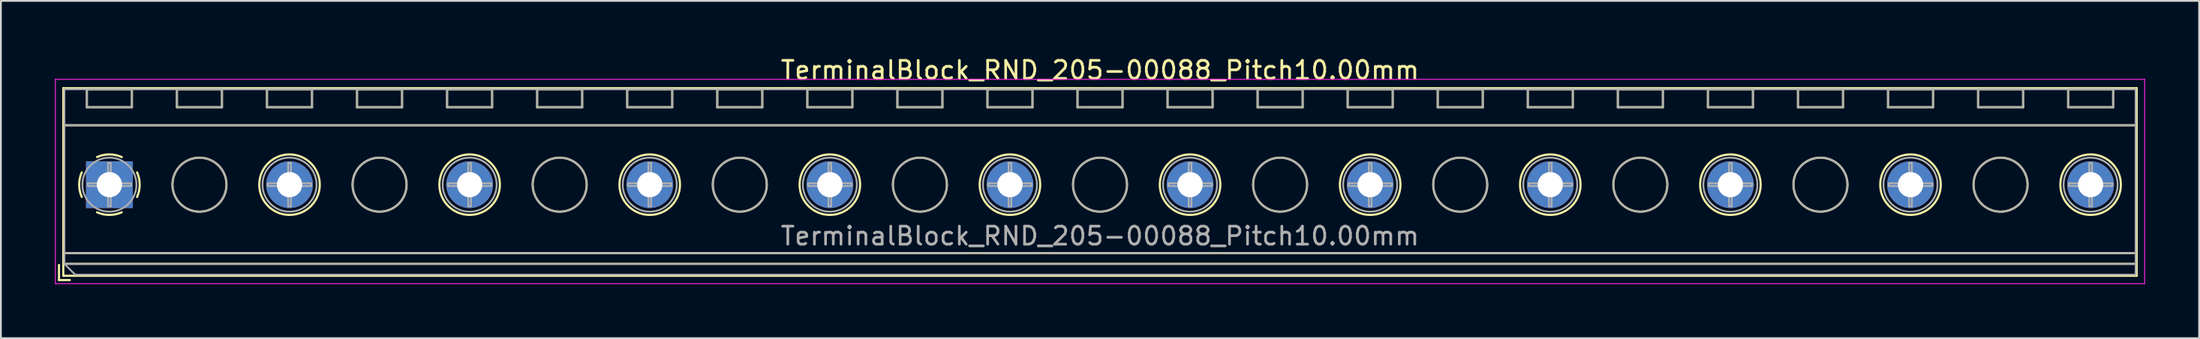
<source format=kicad_pcb>
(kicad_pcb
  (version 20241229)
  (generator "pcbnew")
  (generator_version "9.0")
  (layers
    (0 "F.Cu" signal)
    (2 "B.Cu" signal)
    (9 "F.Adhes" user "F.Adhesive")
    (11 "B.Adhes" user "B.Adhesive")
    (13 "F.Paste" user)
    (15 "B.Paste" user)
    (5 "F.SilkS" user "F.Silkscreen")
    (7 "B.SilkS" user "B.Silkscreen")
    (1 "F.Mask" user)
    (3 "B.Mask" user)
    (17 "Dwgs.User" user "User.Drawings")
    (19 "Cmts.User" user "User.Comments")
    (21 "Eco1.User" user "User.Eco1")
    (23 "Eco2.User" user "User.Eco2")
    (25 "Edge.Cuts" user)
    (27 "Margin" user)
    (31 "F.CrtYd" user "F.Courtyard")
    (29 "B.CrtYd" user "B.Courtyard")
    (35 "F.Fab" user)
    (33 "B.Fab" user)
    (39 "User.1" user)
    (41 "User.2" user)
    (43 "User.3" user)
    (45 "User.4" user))
  (footprint "TerminalBlock_RND_205-00088_Pitch10.00mm"
    (layer "F.Cu")
    (at 3.025 7.208)
    (property "Reference" "TerminalBlock_RND_205-00088_Pitch10.00mm" (at 55 -6.36 0) (layer "F.SilkS") (effects (font (size 1 1) (thickness 0.15))))
    (attr through_hole)
    (fp_line (start -2.8 4.46) (end -2.8 5.3) (stroke (width 0.12) (type solid)) (layer "F.SilkS"))
    (fp_line (start -2.8 5.3) (end -2.2 5.3) (stroke (width 0.12) (type solid)) (layer "F.SilkS"))
    (fp_line (start -2.56 -5.36) (end -2.56 5.06) (stroke (width 0.12) (type solid)) (layer "F.SilkS"))
    (fp_line (start -2.56 -3.3) (end 112.56 -3.3) (stroke (width 0.12) (type solid)) (layer "F.SilkS"))
    (fp_line (start -2.56 3.8) (end 112.56 3.8) (stroke (width 0.12) (type solid)) (layer "F.SilkS"))
    (fp_line (start -2.56 4.4) (end 112.56 4.4) (stroke (width 0.12) (type solid)) (layer "F.SilkS"))
    (fp_line (start -2.56 5.06) (end 112.56 5.06) (stroke (width 0.12) (type solid)) (layer "F.SilkS"))
    (fp_line (start -1.25 -5.301) (end -1.25 -4.301) (stroke (width 0.12) (type solid)) (layer "F.SilkS"))
    (fp_line (start -1.25 -5.301) (end 1.25 -5.301) (stroke (width 0.12) (type solid)) (layer "F.SilkS"))
    (fp_line (start -1.25 -4.301) (end 1.25 -4.301) (stroke (width 0.12) (type solid)) (layer "F.SilkS"))
    (fp_line (start 1.25 -5.301) (end 1.25 -4.301) (stroke (width 0.12) (type solid)) (layer "F.SilkS"))
    (fp_line (start 3.75 -5.301) (end 3.75 -4.301) (stroke (width 0.12) (type solid)) (layer "F.SilkS"))
    (fp_line (start 3.75 -5.301) (end 6.25 -5.301) (stroke (width 0.12) (type solid)) (layer "F.SilkS"))
    (fp_line (start 3.75 -4.301) (end 6.25 -4.301) (stroke (width 0.12) (type solid)) (layer "F.SilkS"))
    (fp_line (start 6.25 -5.301) (end 6.25 -4.301) (stroke (width 0.12) (type solid)) (layer "F.SilkS"))
    (fp_line (start 8.75 -5.301) (end 8.75 -4.301) (stroke (width 0.12) (type solid)) (layer "F.SilkS"))
    (fp_line (start 8.75 -5.301) (end 11.25 -5.301) (stroke (width 0.12) (type solid)) (layer "F.SilkS"))
    (fp_line (start 8.75 -4.301) (end 11.25 -4.301) (stroke (width 0.12) (type solid)) (layer "F.SilkS"))
    (fp_line (start 11.25 -5.301) (end 11.25 -4.301) (stroke (width 0.12) (type solid)) (layer "F.SilkS"))
    (fp_line (start 13.75 -5.301) (end 13.75 -4.301) (stroke (width 0.12) (type solid)) (layer "F.SilkS"))
    (fp_line (start 13.75 -5.301) (end 16.25 -5.301) (stroke (width 0.12) (type solid)) (layer "F.SilkS"))
    (fp_line (start 13.75 -4.301) (end 16.25 -4.301) (stroke (width 0.12) (type solid)) (layer "F.SilkS"))
    (fp_line (start 16.25 -5.301) (end 16.25 -4.301) (stroke (width 0.12) (type solid)) (layer "F.SilkS"))
    (fp_line (start 18.75 -5.301) (end 18.75 -4.301) (stroke (width 0.12) (type solid)) (layer "F.SilkS"))
    (fp_line (start 18.75 -5.301) (end 21.25 -5.301) (stroke (width 0.12) (type solid)) (layer "F.SilkS"))
    (fp_line (start 18.75 -4.301) (end 21.25 -4.301) (stroke (width 0.12) (type solid)) (layer "F.SilkS"))
    (fp_line (start 21.25 -5.301) (end 21.25 -4.301) (stroke (width 0.12) (type solid)) (layer "F.SilkS"))
    (fp_line (start 23.75 -5.301) (end 23.75 -4.301) (stroke (width 0.12) (type solid)) (layer "F.SilkS"))
    (fp_line (start 23.75 -5.301) (end 26.25 -5.301) (stroke (width 0.12) (type solid)) (layer "F.SilkS"))
    (fp_line (start 23.75 -4.301) (end 26.25 -4.301) (stroke (width 0.12) (type solid)) (layer "F.SilkS"))
    (fp_line (start 26.25 -5.301) (end 26.25 -4.301) (stroke (width 0.12) (type solid)) (layer "F.SilkS"))
    (fp_line (start 28.75 -5.301) (end 28.75 -4.301) (stroke (width 0.12) (type solid)) (layer "F.SilkS"))
    (fp_line (start 28.75 -5.301) (end 31.25 -5.301) (stroke (width 0.12) (type solid)) (layer "F.SilkS"))
    (fp_line (start 28.75 -4.301) (end 31.25 -4.301) (stroke (width 0.12) (type solid)) (layer "F.SilkS"))
    (fp_line (start 31.25 -5.301) (end 31.25 -4.301) (stroke (width 0.12) (type solid)) (layer "F.SilkS"))
    (fp_line (start 33.75 -5.301) (end 33.75 -4.301) (stroke (width 0.12) (type solid)) (layer "F.SilkS"))
    (fp_line (start 33.75 -5.301) (end 36.25 -5.301) (stroke (width 0.12) (type solid)) (layer "F.SilkS"))
    (fp_line (start 33.75 -4.301) (end 36.25 -4.301) (stroke (width 0.12) (type solid)) (layer "F.SilkS"))
    (fp_line (start 36.25 -5.301) (end 36.25 -4.301) (stroke (width 0.12) (type solid)) (layer "F.SilkS"))
    (fp_line (start 38.75 -5.301) (end 38.75 -4.301) (stroke (width 0.12) (type solid)) (layer "F.SilkS"))
    (fp_line (start 38.75 -5.301) (end 41.25 -5.301) (stroke (width 0.12) (type solid)) (layer "F.SilkS"))
    (fp_line (start 38.75 -4.301) (end 41.25 -4.301) (stroke (width 0.12) (type solid)) (layer "F.SilkS"))
    (fp_line (start 41.25 -5.301) (end 41.25 -4.301) (stroke (width 0.12) (type solid)) (layer "F.SilkS"))
    (fp_line (start 43.75 -5.301) (end 43.75 -4.301) (stroke (width 0.12) (type solid)) (layer "F.SilkS"))
    (fp_line (start 43.75 -5.301) (end 46.25 -5.301) (stroke (width 0.12) (type solid)) (layer "F.SilkS"))
    (fp_line (start 43.75 -4.301) (end 46.25 -4.301) (stroke (width 0.12) (type solid)) (layer "F.SilkS"))
    (fp_line (start 46.25 -5.301) (end 46.25 -4.301) (stroke (width 0.12) (type solid)) (layer "F.SilkS"))
    (fp_line (start 48.75 -5.301) (end 48.75 -4.301) (stroke (width 0.12) (type solid)) (layer "F.SilkS"))
    (fp_line (start 48.75 -5.301) (end 51.25 -5.301) (stroke (width 0.12) (type solid)) (layer "F.SilkS"))
    (fp_line (start 48.75 -4.301) (end 51.25 -4.301) (stroke (width 0.12) (type solid)) (layer "F.SilkS"))
    (fp_line (start 51.25 -5.301) (end 51.25 -4.301) (stroke (width 0.12) (type solid)) (layer "F.SilkS"))
    (fp_line (start 53.75 -5.301) (end 53.75 -4.301) (stroke (width 0.12) (type solid)) (layer "F.SilkS"))
    (fp_line (start 53.75 -5.301) (end 56.25 -5.301) (stroke (width 0.12) (type solid)) (layer "F.SilkS"))
    (fp_line (start 53.75 -4.301) (end 56.25 -4.301) (stroke (width 0.12) (type solid)) (layer "F.SilkS"))
    (fp_line (start 56.25 -5.301) (end 56.25 -4.301) (stroke (width 0.12) (type solid)) (layer "F.SilkS"))
    (fp_line (start 58.75 -5.301) (end 58.75 -4.301) (stroke (width 0.12) (type solid)) (layer "F.SilkS"))
    (fp_line (start 58.75 -5.301) (end 61.25 -5.301) (stroke (width 0.12) (type solid)) (layer "F.SilkS"))
    (fp_line (start 58.75 -4.301) (end 61.25 -4.301) (stroke (width 0.12) (type solid)) (layer "F.SilkS"))
    (fp_line (start 61.25 -5.301) (end 61.25 -4.301) (stroke (width 0.12) (type solid)) (layer "F.SilkS"))
    (fp_line (start 63.75 -5.301) (end 63.75 -4.301) (stroke (width 0.12) (type solid)) (layer "F.SilkS"))
    (fp_line (start 63.75 -5.301) (end 66.25 -5.301) (stroke (width 0.12) (type solid)) (layer "F.SilkS"))
    (fp_line (start 63.75 -4.301) (end 66.25 -4.301) (stroke (width 0.12) (type solid)) (layer "F.SilkS"))
    (fp_line (start 66.25 -5.301) (end 66.25 -4.301) (stroke (width 0.12) (type solid)) (layer "F.SilkS"))
    (fp_line (start 68.75 -5.301) (end 68.75 -4.301) (stroke (width 0.12) (type solid)) (layer "F.SilkS"))
    (fp_line (start 68.75 -5.301) (end 71.25 -5.301) (stroke (width 0.12) (type solid)) (layer "F.SilkS"))
    (fp_line (start 68.75 -4.301) (end 71.25 -4.301) (stroke (width 0.12) (type solid)) (layer "F.SilkS"))
    (fp_line (start 71.25 -5.301) (end 71.25 -4.301) (stroke (width 0.12) (type solid)) (layer "F.SilkS"))
    (fp_line (start 73.75 -5.301) (end 73.75 -4.301) (stroke (width 0.12) (type solid)) (layer "F.SilkS"))
    (fp_line (start 73.75 -5.301) (end 76.25 -5.301) (stroke (width 0.12) (type solid)) (layer "F.SilkS"))
    (fp_line (start 73.75 -4.301) (end 76.25 -4.301) (stroke (width 0.12) (type solid)) (layer "F.SilkS"))
    (fp_line (start 76.25 -5.301) (end 76.25 -4.301) (stroke (width 0.12) (type solid)) (layer "F.SilkS"))
    (fp_line (start 78.75 -5.301) (end 78.75 -4.301) (stroke (width 0.12) (type solid)) (layer "F.SilkS"))
    (fp_line (start 78.75 -5.301) (end 81.25 -5.301) (stroke (width 0.12) (type solid)) (layer "F.SilkS"))
    (fp_line (start 78.75 -4.301) (end 81.25 -4.301) (stroke (width 0.12) (type solid)) (layer "F.SilkS"))
    (fp_line (start 81.25 -5.301) (end 81.25 -4.301) (stroke (width 0.12) (type solid)) (layer "F.SilkS"))
    (fp_line (start 83.75 -5.301) (end 83.75 -4.301) (stroke (width 0.12) (type solid)) (layer "F.SilkS"))
    (fp_line (start 83.75 -5.301) (end 86.25 -5.301) (stroke (width 0.12) (type solid)) (layer "F.SilkS"))
    (fp_line (start 83.75 -4.301) (end 86.25 -4.301) (stroke (width 0.12) (type solid)) (layer "F.SilkS"))
    (fp_line (start 86.25 -5.301) (end 86.25 -4.301) (stroke (width 0.12) (type solid)) (layer "F.SilkS"))
    (fp_line (start 88.75 -5.301) (end 88.75 -4.301) (stroke (width 0.12) (type solid)) (layer "F.SilkS"))
    (fp_line (start 88.75 -5.301) (end 91.25 -5.301) (stroke (width 0.12) (type solid)) (layer "F.SilkS"))
    (fp_line (start 88.75 -4.301) (end 91.25 -4.301) (stroke (width 0.12) (type solid)) (layer "F.SilkS"))
    (fp_line (start 91.25 -5.301) (end 91.25 -4.301) (stroke (width 0.12) (type solid)) (layer "F.SilkS"))
    (fp_line (start 93.75 -5.301) (end 93.75 -4.301) (stroke (width 0.12) (type solid)) (layer "F.SilkS"))
    (fp_line (start 93.75 -5.301) (end 96.25 -5.301) (stroke (width 0.12) (type solid)) (layer "F.SilkS"))
    (fp_line (start 93.75 -4.301) (end 96.25 -4.301) (stroke (width 0.12) (type solid)) (layer "F.SilkS"))
    (fp_line (start 96.25 -5.301) (end 96.25 -4.301) (stroke (width 0.12) (type solid)) (layer "F.SilkS"))
    (fp_line (start 98.75 -5.301) (end 98.75 -4.301) (stroke (width 0.12) (type solid)) (layer "F.SilkS"))
    (fp_line (start 98.75 -5.301) (end 101.25 -5.301) (stroke (width 0.12) (type solid)) (layer "F.SilkS"))
    (fp_line (start 98.75 -4.301) (end 101.25 -4.301) (stroke (width 0.12) (type solid)) (layer "F.SilkS"))
    (fp_line (start 101.25 -5.301) (end 101.25 -4.301) (stroke (width 0.12) (type solid)) (layer "F.SilkS"))
    (fp_line (start 103.75 -5.301) (end 103.75 -4.301) (stroke (width 0.12) (type solid)) (layer "F.SilkS"))
    (fp_line (start 103.75 -5.301) (end 106.25 -5.301) (stroke (width 0.12) (type solid)) (layer "F.SilkS"))
    (fp_line (start 103.75 -4.301) (end 106.25 -4.301) (stroke (width 0.12) (type solid)) (layer "F.SilkS"))
    (fp_line (start 106.25 -5.301) (end 106.25 -4.301) (stroke (width 0.12) (type solid)) (layer "F.SilkS"))
    (fp_line (start 108.75 -5.301) (end 108.75 -4.301) (stroke (width 0.12) (type solid)) (layer "F.SilkS"))
    (fp_line (start 108.75 -5.301) (end 111.25 -5.301) (stroke (width 0.12) (type solid)) (layer "F.SilkS"))
    (fp_line (start 108.75 -4.301) (end 111.25 -4.301) (stroke (width 0.12) (type solid)) (layer "F.SilkS"))
    (fp_line (start 111.25 -5.301) (end 111.25 -4.301) (stroke (width 0.12) (type solid)) (layer "F.SilkS"))
    (fp_line (start 112.56 -5.36) (end -2.56 -5.36) (stroke (width 0.12) (type solid)) (layer "F.SilkS"))
    (fp_line (start 112.56 5.06) (end 112.56 -5.36) (stroke (width 0.12) (type solid)) (layer "F.SilkS"))
    (fp_arc (start -1.535427 0.683042) (mid -1.680501 -0.000524) (end -1.535 -0.684) (stroke (width 0.12) (type solid)) (layer "F.SilkS"))
    (fp_arc (start -0.683042 -1.535427) (mid 0.000524 -1.680501) (end 0.684 -1.535) (stroke (width 0.12) (type solid)) (layer "F.SilkS"))
    (fp_arc (start 0.028805 1.680253) (mid -0.335551 1.646659) (end -0.684 1.535) (stroke (width 0.12) (type solid)) (layer "F.SilkS"))
    (fp_arc (start 0.683318 1.534756) (mid 0.349292 1.643288) (end 0 1.68) (stroke (width 0.12) (type solid)) (layer "F.SilkS"))
    (fp_arc (start 1.535427 -0.683042) (mid 1.680501 0.000524) (end 1.535 0.684) (stroke (width 0.12) (type solid)) (layer "F.SilkS"))
    (fp_circle (center 5 0) (end 6.5 0) (stroke (width 0.12) (type solid)) (fill no) (layer "F.SilkS"))
    (fp_circle (center 10 0) (end 11.68 0) (stroke (width 0.12) (type solid)) (fill no) (layer "F.SilkS"))
    (fp_circle (center 15 0) (end 16.5 0) (stroke (width 0.12) (type solid)) (fill no) (layer "F.SilkS"))
    (fp_circle (center 20 0) (end 21.68 0) (stroke (width 0.12) (type solid)) (fill no) (layer "F.SilkS"))
    (fp_circle (center 25 0) (end 26.5 0) (stroke (width 0.12) (type solid)) (fill no) (layer "F.SilkS"))
    (fp_circle (center 30 0) (end 31.68 0) (stroke (width 0.12) (type solid)) (fill no) (layer "F.SilkS"))
    (fp_circle (center 35 0) (end 36.5 0) (stroke (width 0.12) (type solid)) (fill no) (layer "F.SilkS"))
    (fp_circle (center 40 0) (end 41.68 0) (stroke (width 0.12) (type solid)) (fill no) (layer "F.SilkS"))
    (fp_circle (center 45 0) (end 46.5 0) (stroke (width 0.12) (type solid)) (fill no) (layer "F.SilkS"))
    (fp_circle (center 50 0) (end 51.68 0) (stroke (width 0.12) (type solid)) (fill no) (layer "F.SilkS"))
    (fp_circle (center 55 0) (end 56.5 0) (stroke (width 0.12) (type solid)) (fill no) (layer "F.SilkS"))
    (fp_circle (center 60 0) (end 61.68 0) (stroke (width 0.12) (type solid)) (fill no) (layer "F.SilkS"))
    (fp_circle (center 65 0) (end 66.5 0) (stroke (width 0.12) (type solid)) (fill no) (layer "F.SilkS"))
    (fp_circle (center 70 0) (end 71.68 0) (stroke (width 0.12) (type solid)) (fill no) (layer "F.SilkS"))
    (fp_circle (center 75 0) (end 76.5 0) (stroke (width 0.12) (type solid)) (fill no) (layer "F.SilkS"))
    (fp_circle (center 80 0) (end 81.68 0) (stroke (width 0.12) (type solid)) (fill no) (layer "F.SilkS"))
    (fp_circle (center 85 0) (end 86.5 0) (stroke (width 0.12) (type solid)) (fill no) (layer "F.SilkS"))
    (fp_circle (center 90 0) (end 91.68 0) (stroke (width 0.12) (type solid)) (fill no) (layer "F.SilkS"))
    (fp_circle (center 95 0) (end 96.5 0) (stroke (width 0.12) (type solid)) (fill no) (layer "F.SilkS"))
    (fp_circle (center 100 0) (end 101.68 0) (stroke (width 0.12) (type solid)) (fill no) (layer "F.SilkS"))
    (fp_circle (center 105 0) (end 106.5 0) (stroke (width 0.12) (type solid)) (fill no) (layer "F.SilkS"))
    (fp_circle (center 110 0) (end 111.68 0) (stroke (width 0.12) (type solid)) (fill no) (layer "F.SilkS"))
    (fp_line (start -3 -5.85) (end -3 5.5) (stroke (width 0.05) (type solid)) (layer "F.CrtYd"))
    (fp_line (start -3 5.5) (end 113 5.5) (stroke (width 0.05) (type solid)) (layer "F.CrtYd"))
    (fp_line (start 113 -5.85) (end -3 -5.85) (stroke (width 0.05) (type solid)) (layer "F.CrtYd"))
    (fp_line (start 113 5.5) (end 113 -5.85) (stroke (width 0.05) (type solid)) (layer "F.CrtYd"))
    (fp_line (start -2.5 -5.3) (end 112.5 -5.3) (stroke (width 0.1) (type solid)) (layer "F.Fab"))
    (fp_line (start -2.5 -3.3) (end 112.5 -3.3) (stroke (width 0.1) (type solid)) (layer "F.Fab"))
    (fp_line (start -2.5 3.8) (end 112.5 3.8) (stroke (width 0.1) (type solid)) (layer "F.Fab"))
    (fp_line (start -2.5 4.4) (end -2.5 -5.3) (stroke (width 0.1) (type solid)) (layer "F.Fab"))
    (fp_line (start -2.5 4.4) (end 112.5 4.4) (stroke (width 0.1) (type solid)) (layer "F.Fab"))
    (fp_line (start -1.9 5) (end -2.5 4.4) (stroke (width 0.1) (type solid)) (layer "F.Fab"))
    (fp_line (start -1.25 -5.3) (end -1.25 -4.3) (stroke (width 0.1) (type solid)) (layer "F.Fab"))
    (fp_line (start -1.25 -4.3) (end 1.25 -4.3) (stroke (width 0.1) (type solid)) (layer "F.Fab"))
    (fp_line (start -1.201 -0.076) (end -0.076 -0.076) (stroke (width 0.1) (type solid)) (layer "F.Fab"))
    (fp_line (start -1.201 0.076) (end -1.201 -0.076) (stroke (width 0.1) (type solid)) (layer "F.Fab"))
    (fp_line (start -0.076 -1.201) (end 0.076 -1.201) (stroke (width 0.1) (type solid)) (layer "F.Fab"))
    (fp_line (start -0.076 -0.076) (end -0.076 -1.201) (stroke (width 0.1) (type solid)) (layer "F.Fab"))
    (fp_line (start -0.076 0.076) (end -1.201 0.076) (stroke (width 0.1) (type solid)) (layer "F.Fab"))
    (fp_line (start -0.076 1.201) (end -0.076 0.076) (stroke (width 0.1) (type solid)) (layer "F.Fab"))
    (fp_line (start 0.076 -1.201) (end 0.076 -0.076) (stroke (width 0.1) (type solid)) (layer "F.Fab"))
    (fp_line (start 0.076 -0.076) (end 1.201 -0.076) (stroke (width 0.1) (type solid)) (layer "F.Fab"))
    (fp_line (start 0.076 0.076) (end 0.076 1.201) (stroke (width 0.1) (type solid)) (layer "F.Fab"))
    (fp_line (start 0.076 1.201) (end -0.076 1.201) (stroke (width 0.1) (type solid)) (layer "F.Fab"))
    (fp_line (start 1.201 -0.076) (end 1.201 0.076) (stroke (width 0.1) (type solid)) (layer "F.Fab"))
    (fp_line (start 1.201 0.076) (end 0.076 0.076) (stroke (width 0.1) (type solid)) (layer "F.Fab"))
    (fp_line (start 1.25 -5.3) (end -1.25 -5.3) (stroke (width 0.1) (type solid)) (layer "F.Fab"))
    (fp_line (start 1.25 -4.3) (end 1.25 -5.3) (stroke (width 0.1) (type solid)) (layer "F.Fab"))
    (fp_line (start 3.75 -5.3) (end 3.75 -4.3) (stroke (width 0.1) (type solid)) (layer "F.Fab"))
    (fp_line (start 3.75 -4.3) (end 6.25 -4.3) (stroke (width 0.1) (type solid)) (layer "F.Fab"))
    (fp_line (start 6.25 -5.3) (end 3.75 -5.3) (stroke (width 0.1) (type solid)) (layer "F.Fab"))
    (fp_line (start 6.25 -4.3) (end 6.25 -5.3) (stroke (width 0.1) (type solid)) (layer "F.Fab"))
    (fp_line (start 8.75 -5.3) (end 8.75 -4.3) (stroke (width 0.1) (type solid)) (layer "F.Fab"))
    (fp_line (start 8.75 -4.3) (end 11.25 -4.3) (stroke (width 0.1) (type solid)) (layer "F.Fab"))
    (fp_line (start 8.799 -0.076) (end 9.924 -0.076) (stroke (width 0.1) (type solid)) (layer "F.Fab"))
    (fp_line (start 8.799 0.076) (end 8.799 -0.076) (stroke (width 0.1) (type solid)) (layer "F.Fab"))
    (fp_line (start 9.924 -1.201) (end 10.076 -1.201) (stroke (width 0.1) (type solid)) (layer "F.Fab"))
    (fp_line (start 9.924 -0.076) (end 9.924 -1.201) (stroke (width 0.1) (type solid)) (layer "F.Fab"))
    (fp_line (start 9.924 0.076) (end 8.799 0.076) (stroke (width 0.1) (type solid)) (layer "F.Fab"))
    (fp_line (start 9.924 1.201) (end 9.924 0.076) (stroke (width 0.1) (type solid)) (layer "F.Fab"))
    (fp_line (start 10.076 -1.201) (end 10.076 -0.076) (stroke (width 0.1) (type solid)) (layer "F.Fab"))
    (fp_line (start 10.076 -0.076) (end 11.201 -0.076) (stroke (width 0.1) (type solid)) (layer "F.Fab"))
    (fp_line (start 10.076 0.076) (end 10.076 1.201) (stroke (width 0.1) (type solid)) (layer "F.Fab"))
    (fp_line (start 10.076 1.201) (end 9.924 1.201) (stroke (width 0.1) (type solid)) (layer "F.Fab"))
    (fp_line (start 11.201 -0.076) (end 11.201 0.076) (stroke (width 0.1) (type solid)) (layer "F.Fab"))
    (fp_line (start 11.201 0.076) (end 10.076 0.076) (stroke (width 0.1) (type solid)) (layer "F.Fab"))
    (fp_line (start 11.25 -5.3) (end 8.75 -5.3) (stroke (width 0.1) (type solid)) (layer "F.Fab"))
    (fp_line (start 11.25 -4.3) (end 11.25 -5.3) (stroke (width 0.1) (type solid)) (layer "F.Fab"))
    (fp_line (start 13.75 -5.3) (end 13.75 -4.3) (stroke (width 0.1) (type solid)) (layer "F.Fab"))
    (fp_line (start 13.75 -4.3) (end 16.25 -4.3) (stroke (width 0.1) (type solid)) (layer "F.Fab"))
    (fp_line (start 16.25 -5.3) (end 13.75 -5.3) (stroke (width 0.1) (type solid)) (layer "F.Fab"))
    (fp_line (start 16.25 -4.3) (end 16.25 -5.3) (stroke (width 0.1) (type solid)) (layer "F.Fab"))
    (fp_line (start 18.75 -5.3) (end 18.75 -4.3) (stroke (width 0.1) (type solid)) (layer "F.Fab"))
    (fp_line (start 18.75 -4.3) (end 21.25 -4.3) (stroke (width 0.1) (type solid)) (layer "F.Fab"))
    (fp_line (start 18.799 -0.076) (end 19.924 -0.076) (stroke (width 0.1) (type solid)) (layer "F.Fab"))
    (fp_line (start 18.799 0.076) (end 18.799 -0.076) (stroke (width 0.1) (type solid)) (layer "F.Fab"))
    (fp_line (start 19.924 -1.201) (end 20.076 -1.201) (stroke (width 0.1) (type solid)) (layer "F.Fab"))
    (fp_line (start 19.924 -0.076) (end 19.924 -1.201) (stroke (width 0.1) (type solid)) (layer "F.Fab"))
    (fp_line (start 19.924 0.076) (end 18.799 0.076) (stroke (width 0.1) (type solid)) (layer "F.Fab"))
    (fp_line (start 19.924 1.201) (end 19.924 0.076) (stroke (width 0.1) (type solid)) (layer "F.Fab"))
    (fp_line (start 20.076 -1.201) (end 20.076 -0.076) (stroke (width 0.1) (type solid)) (layer "F.Fab"))
    (fp_line (start 20.076 -0.076) (end 21.201 -0.076) (stroke (width 0.1) (type solid)) (layer "F.Fab"))
    (fp_line (start 20.076 0.076) (end 20.076 1.201) (stroke (width 0.1) (type solid)) (layer "F.Fab"))
    (fp_line (start 20.076 1.201) (end 19.924 1.201) (stroke (width 0.1) (type solid)) (layer "F.Fab"))
    (fp_line (start 21.201 -0.076) (end 21.201 0.076) (stroke (width 0.1) (type solid)) (layer "F.Fab"))
    (fp_line (start 21.201 0.076) (end 20.076 0.076) (stroke (width 0.1) (type solid)) (layer "F.Fab"))
    (fp_line (start 21.25 -5.3) (end 18.75 -5.3) (stroke (width 0.1) (type solid)) (layer "F.Fab"))
    (fp_line (start 21.25 -4.3) (end 21.25 -5.3) (stroke (width 0.1) (type solid)) (layer "F.Fab"))
    (fp_line (start 23.75 -5.3) (end 23.75 -4.3) (stroke (width 0.1) (type solid)) (layer "F.Fab"))
    (fp_line (start 23.75 -4.3) (end 26.25 -4.3) (stroke (width 0.1) (type solid)) (layer "F.Fab"))
    (fp_line (start 26.25 -5.3) (end 23.75 -5.3) (stroke (width 0.1) (type solid)) (layer "F.Fab"))
    (fp_line (start 26.25 -4.3) (end 26.25 -5.3) (stroke (width 0.1) (type solid)) (layer "F.Fab"))
    (fp_line (start 28.75 -5.3) (end 28.75 -4.3) (stroke (width 0.1) (type solid)) (layer "F.Fab"))
    (fp_line (start 28.75 -4.3) (end 31.25 -4.3) (stroke (width 0.1) (type solid)) (layer "F.Fab"))
    (fp_line (start 28.799 -0.076) (end 29.924 -0.076) (stroke (width 0.1) (type solid)) (layer "F.Fab"))
    (fp_line (start 28.799 0.076) (end 28.799 -0.076) (stroke (width 0.1) (type solid)) (layer "F.Fab"))
    (fp_line (start 29.924 -1.201) (end 30.076 -1.201) (stroke (width 0.1) (type solid)) (layer "F.Fab"))
    (fp_line (start 29.924 -0.076) (end 29.924 -1.201) (stroke (width 0.1) (type solid)) (layer "F.Fab"))
    (fp_line (start 29.924 0.076) (end 28.799 0.076) (stroke (width 0.1) (type solid)) (layer "F.Fab"))
    (fp_line (start 29.924 1.201) (end 29.924 0.076) (stroke (width 0.1) (type solid)) (layer "F.Fab"))
    (fp_line (start 30.076 -1.201) (end 30.076 -0.076) (stroke (width 0.1) (type solid)) (layer "F.Fab"))
    (fp_line (start 30.076 -0.076) (end 31.201 -0.076) (stroke (width 0.1) (type solid)) (layer "F.Fab"))
    (fp_line (start 30.076 0.076) (end 30.076 1.201) (stroke (width 0.1) (type solid)) (layer "F.Fab"))
    (fp_line (start 30.076 1.201) (end 29.924 1.201) (stroke (width 0.1) (type solid)) (layer "F.Fab"))
    (fp_line (start 31.201 -0.076) (end 31.201 0.076) (stroke (width 0.1) (type solid)) (layer "F.Fab"))
    (fp_line (start 31.201 0.076) (end 30.076 0.076) (stroke (width 0.1) (type solid)) (layer "F.Fab"))
    (fp_line (start 31.25 -5.3) (end 28.75 -5.3) (stroke (width 0.1) (type solid)) (layer "F.Fab"))
    (fp_line (start 31.25 -4.3) (end 31.25 -5.3) (stroke (width 0.1) (type solid)) (layer "F.Fab"))
    (fp_line (start 33.75 -5.3) (end 33.75 -4.3) (stroke (width 0.1) (type solid)) (layer "F.Fab"))
    (fp_line (start 33.75 -4.3) (end 36.25 -4.3) (stroke (width 0.1) (type solid)) (layer "F.Fab"))
    (fp_line (start 36.25 -5.3) (end 33.75 -5.3) (stroke (width 0.1) (type solid)) (layer "F.Fab"))
    (fp_line (start 36.25 -4.3) (end 36.25 -5.3) (stroke (width 0.1) (type solid)) (layer "F.Fab"))
    (fp_line (start 38.75 -5.3) (end 38.75 -4.3) (stroke (width 0.1) (type solid)) (layer "F.Fab"))
    (fp_line (start 38.75 -4.3) (end 41.25 -4.3) (stroke (width 0.1) (type solid)) (layer "F.Fab"))
    (fp_line (start 38.799 -0.076) (end 39.924 -0.076) (stroke (width 0.1) (type solid)) (layer "F.Fab"))
    (fp_line (start 38.799 0.076) (end 38.799 -0.076) (stroke (width 0.1) (type solid)) (layer "F.Fab"))
    (fp_line (start 39.924 -1.201) (end 40.076 -1.201) (stroke (width 0.1) (type solid)) (layer "F.Fab"))
    (fp_line (start 39.924 -0.076) (end 39.924 -1.201) (stroke (width 0.1) (type solid)) (layer "F.Fab"))
    (fp_line (start 39.924 0.076) (end 38.799 0.076) (stroke (width 0.1) (type solid)) (layer "F.Fab"))
    (fp_line (start 39.924 1.201) (end 39.924 0.076) (stroke (width 0.1) (type solid)) (layer "F.Fab"))
    (fp_line (start 40.076 -1.201) (end 40.076 -0.076) (stroke (width 0.1) (type solid)) (layer "F.Fab"))
    (fp_line (start 40.076 -0.076) (end 41.201 -0.076) (stroke (width 0.1) (type solid)) (layer "F.Fab"))
    (fp_line (start 40.076 0.076) (end 40.076 1.201) (stroke (width 0.1) (type solid)) (layer "F.Fab"))
    (fp_line (start 40.076 1.201) (end 39.924 1.201) (stroke (width 0.1) (type solid)) (layer "F.Fab"))
    (fp_line (start 41.201 -0.076) (end 41.201 0.076) (stroke (width 0.1) (type solid)) (layer "F.Fab"))
    (fp_line (start 41.201 0.076) (end 40.076 0.076) (stroke (width 0.1) (type solid)) (layer "F.Fab"))
    (fp_line (start 41.25 -5.3) (end 38.75 -5.3) (stroke (width 0.1) (type solid)) (layer "F.Fab"))
    (fp_line (start 41.25 -4.3) (end 41.25 -5.3) (stroke (width 0.1) (type solid)) (layer "F.Fab"))
    (fp_line (start 43.75 -5.3) (end 43.75 -4.3) (stroke (width 0.1) (type solid)) (layer "F.Fab"))
    (fp_line (start 43.75 -4.3) (end 46.25 -4.3) (stroke (width 0.1) (type solid)) (layer "F.Fab"))
    (fp_line (start 46.25 -5.3) (end 43.75 -5.3) (stroke (width 0.1) (type solid)) (layer "F.Fab"))
    (fp_line (start 46.25 -4.3) (end 46.25 -5.3) (stroke (width 0.1) (type solid)) (layer "F.Fab"))
    (fp_line (start 48.75 -5.3) (end 48.75 -4.3) (stroke (width 0.1) (type solid)) (layer "F.Fab"))
    (fp_line (start 48.75 -4.3) (end 51.25 -4.3) (stroke (width 0.1) (type solid)) (layer "F.Fab"))
    (fp_line (start 48.799 -0.076) (end 49.924 -0.076) (stroke (width 0.1) (type solid)) (layer "F.Fab"))
    (fp_line (start 48.799 0.076) (end 48.799 -0.076) (stroke (width 0.1) (type solid)) (layer "F.Fab"))
    (fp_line (start 49.924 -1.201) (end 50.076 -1.201) (stroke (width 0.1) (type solid)) (layer "F.Fab"))
    (fp_line (start 49.924 -0.076) (end 49.924 -1.201) (stroke (width 0.1) (type solid)) (layer "F.Fab"))
    (fp_line (start 49.924 0.076) (end 48.799 0.076) (stroke (width 0.1) (type solid)) (layer "F.Fab"))
    (fp_line (start 49.924 1.201) (end 49.924 0.076) (stroke (width 0.1) (type solid)) (layer "F.Fab"))
    (fp_line (start 50.076 -1.201) (end 50.076 -0.076) (stroke (width 0.1) (type solid)) (layer "F.Fab"))
    (fp_line (start 50.076 -0.076) (end 51.201 -0.076) (stroke (width 0.1) (type solid)) (layer "F.Fab"))
    (fp_line (start 50.076 0.076) (end 50.076 1.201) (stroke (width 0.1) (type solid)) (layer "F.Fab"))
    (fp_line (start 50.076 1.201) (end 49.924 1.201) (stroke (width 0.1) (type solid)) (layer "F.Fab"))
    (fp_line (start 51.201 -0.076) (end 51.201 0.076) (stroke (width 0.1) (type solid)) (layer "F.Fab"))
    (fp_line (start 51.201 0.076) (end 50.076 0.076) (stroke (width 0.1) (type solid)) (layer "F.Fab"))
    (fp_line (start 51.25 -5.3) (end 48.75 -5.3) (stroke (width 0.1) (type solid)) (layer "F.Fab"))
    (fp_line (start 51.25 -4.3) (end 51.25 -5.3) (stroke (width 0.1) (type solid)) (layer "F.Fab"))
    (fp_line (start 53.75 -5.3) (end 53.75 -4.3) (stroke (width 0.1) (type solid)) (layer "F.Fab"))
    (fp_line (start 53.75 -4.3) (end 56.25 -4.3) (stroke (width 0.1) (type solid)) (layer "F.Fab"))
    (fp_line (start 56.25 -5.3) (end 53.75 -5.3) (stroke (width 0.1) (type solid)) (layer "F.Fab"))
    (fp_line (start 56.25 -4.3) (end 56.25 -5.3) (stroke (width 0.1) (type solid)) (layer "F.Fab"))
    (fp_line (start 58.75 -5.3) (end 58.75 -4.3) (stroke (width 0.1) (type solid)) (layer "F.Fab"))
    (fp_line (start 58.75 -4.3) (end 61.25 -4.3) (stroke (width 0.1) (type solid)) (layer "F.Fab"))
    (fp_line (start 58.799 -0.076) (end 59.924 -0.076) (stroke (width 0.1) (type solid)) (layer "F.Fab"))
    (fp_line (start 58.799 0.076) (end 58.799 -0.076) (stroke (width 0.1) (type solid)) (layer "F.Fab"))
    (fp_line (start 59.924 -1.201) (end 60.076 -1.201) (stroke (width 0.1) (type solid)) (layer "F.Fab"))
    (fp_line (start 59.924 -0.076) (end 59.924 -1.201) (stroke (width 0.1) (type solid)) (layer "F.Fab"))
    (fp_line (start 59.924 0.076) (end 58.799 0.076) (stroke (width 0.1) (type solid)) (layer "F.Fab"))
    (fp_line (start 59.924 1.201) (end 59.924 0.076) (stroke (width 0.1) (type solid)) (layer "F.Fab"))
    (fp_line (start 60.076 -1.201) (end 60.076 -0.076) (stroke (width 0.1) (type solid)) (layer "F.Fab"))
    (fp_line (start 60.076 -0.076) (end 61.201 -0.076) (stroke (width 0.1) (type solid)) (layer "F.Fab"))
    (fp_line (start 60.076 0.076) (end 60.076 1.201) (stroke (width 0.1) (type solid)) (layer "F.Fab"))
    (fp_line (start 60.076 1.201) (end 59.924 1.201) (stroke (width 0.1) (type solid)) (layer "F.Fab"))
    (fp_line (start 61.201 -0.076) (end 61.201 0.076) (stroke (width 0.1) (type solid)) (layer "F.Fab"))
    (fp_line (start 61.201 0.076) (end 60.076 0.076) (stroke (width 0.1) (type solid)) (layer "F.Fab"))
    (fp_line (start 61.25 -5.3) (end 58.75 -5.3) (stroke (width 0.1) (type solid)) (layer "F.Fab"))
    (fp_line (start 61.25 -4.3) (end 61.25 -5.3) (stroke (width 0.1) (type solid)) (layer "F.Fab"))
    (fp_line (start 63.75 -5.3) (end 63.75 -4.3) (stroke (width 0.1) (type solid)) (layer "F.Fab"))
    (fp_line (start 63.75 -4.3) (end 66.25 -4.3) (stroke (width 0.1) (type solid)) (layer "F.Fab"))
    (fp_line (start 66.25 -5.3) (end 63.75 -5.3) (stroke (width 0.1) (type solid)) (layer "F.Fab"))
    (fp_line (start 66.25 -4.3) (end 66.25 -5.3) (stroke (width 0.1) (type solid)) (layer "F.Fab"))
    (fp_line (start 68.75 -5.3) (end 68.75 -4.3) (stroke (width 0.1) (type solid)) (layer "F.Fab"))
    (fp_line (start 68.75 -4.3) (end 71.25 -4.3) (stroke (width 0.1) (type solid)) (layer "F.Fab"))
    (fp_line (start 68.799 -0.076) (end 69.924 -0.076) (stroke (width 0.1) (type solid)) (layer "F.Fab"))
    (fp_line (start 68.799 0.076) (end 68.799 -0.076) (stroke (width 0.1) (type solid)) (layer "F.Fab"))
    (fp_line (start 69.924 -1.201) (end 70.076 -1.201) (stroke (width 0.1) (type solid)) (layer "F.Fab"))
    (fp_line (start 69.924 -0.076) (end 69.924 -1.201) (stroke (width 0.1) (type solid)) (layer "F.Fab"))
    (fp_line (start 69.924 0.076) (end 68.799 0.076) (stroke (width 0.1) (type solid)) (layer "F.Fab"))
    (fp_line (start 69.924 1.201) (end 69.924 0.076) (stroke (width 0.1) (type solid)) (layer "F.Fab"))
    (fp_line (start 70.076 -1.201) (end 70.076 -0.076) (stroke (width 0.1) (type solid)) (layer "F.Fab"))
    (fp_line (start 70.076 -0.076) (end 71.201 -0.076) (stroke (width 0.1) (type solid)) (layer "F.Fab"))
    (fp_line (start 70.076 0.076) (end 70.076 1.201) (stroke (width 0.1) (type solid)) (layer "F.Fab"))
    (fp_line (start 70.076 1.201) (end 69.924 1.201) (stroke (width 0.1) (type solid)) (layer "F.Fab"))
    (fp_line (start 71.201 -0.076) (end 71.201 0.076) (stroke (width 0.1) (type solid)) (layer "F.Fab"))
    (fp_line (start 71.201 0.076) (end 70.076 0.076) (stroke (width 0.1) (type solid)) (layer "F.Fab"))
    (fp_line (start 71.25 -5.3) (end 68.75 -5.3) (stroke (width 0.1) (type solid)) (layer "F.Fab"))
    (fp_line (start 71.25 -4.3) (end 71.25 -5.3) (stroke (width 0.1) (type solid)) (layer "F.Fab"))
    (fp_line (start 73.75 -5.3) (end 73.75 -4.3) (stroke (width 0.1) (type solid)) (layer "F.Fab"))
    (fp_line (start 73.75 -4.3) (end 76.25 -4.3) (stroke (width 0.1) (type solid)) (layer "F.Fab"))
    (fp_line (start 76.25 -5.3) (end 73.75 -5.3) (stroke (width 0.1) (type solid)) (layer "F.Fab"))
    (fp_line (start 76.25 -4.3) (end 76.25 -5.3) (stroke (width 0.1) (type solid)) (layer "F.Fab"))
    (fp_line (start 78.75 -5.3) (end 78.75 -4.3) (stroke (width 0.1) (type solid)) (layer "F.Fab"))
    (fp_line (start 78.75 -4.3) (end 81.25 -4.3) (stroke (width 0.1) (type solid)) (layer "F.Fab"))
    (fp_line (start 78.799 -0.076) (end 79.924 -0.076) (stroke (width 0.1) (type solid)) (layer "F.Fab"))
    (fp_line (start 78.799 0.076) (end 78.799 -0.076) (stroke (width 0.1) (type solid)) (layer "F.Fab"))
    (fp_line (start 79.924 -1.201) (end 80.076 -1.201) (stroke (width 0.1) (type solid)) (layer "F.Fab"))
    (fp_line (start 79.924 -0.076) (end 79.924 -1.201) (stroke (width 0.1) (type solid)) (layer "F.Fab"))
    (fp_line (start 79.924 0.076) (end 78.799 0.076) (stroke (width 0.1) (type solid)) (layer "F.Fab"))
    (fp_line (start 79.924 1.201) (end 79.924 0.076) (stroke (width 0.1) (type solid)) (layer "F.Fab"))
    (fp_line (start 80.076 -1.201) (end 80.076 -0.076) (stroke (width 0.1) (type solid)) (layer "F.Fab"))
    (fp_line (start 80.076 -0.076) (end 81.201 -0.076) (stroke (width 0.1) (type solid)) (layer "F.Fab"))
    (fp_line (start 80.076 0.076) (end 80.076 1.201) (stroke (width 0.1) (type solid)) (layer "F.Fab"))
    (fp_line (start 80.076 1.201) (end 79.924 1.201) (stroke (width 0.1) (type solid)) (layer "F.Fab"))
    (fp_line (start 81.201 -0.076) (end 81.201 0.076) (stroke (width 0.1) (type solid)) (layer "F.Fab"))
    (fp_line (start 81.201 0.076) (end 80.076 0.076) (stroke (width 0.1) (type solid)) (layer "F.Fab"))
    (fp_line (start 81.25 -5.3) (end 78.75 -5.3) (stroke (width 0.1) (type solid)) (layer "F.Fab"))
    (fp_line (start 81.25 -4.3) (end 81.25 -5.3) (stroke (width 0.1) (type solid)) (layer "F.Fab"))
    (fp_line (start 83.75 -5.3) (end 83.75 -4.3) (stroke (width 0.1) (type solid)) (layer "F.Fab"))
    (fp_line (start 83.75 -4.3) (end 86.25 -4.3) (stroke (width 0.1) (type solid)) (layer "F.Fab"))
    (fp_line (start 86.25 -5.3) (end 83.75 -5.3) (stroke (width 0.1) (type solid)) (layer "F.Fab"))
    (fp_line (start 86.25 -4.3) (end 86.25 -5.3) (stroke (width 0.1) (type solid)) (layer "F.Fab"))
    (fp_line (start 88.75 -5.3) (end 88.75 -4.3) (stroke (width 0.1) (type solid)) (layer "F.Fab"))
    (fp_line (start 88.75 -4.3) (end 91.25 -4.3) (stroke (width 0.1) (type solid)) (layer "F.Fab"))
    (fp_line (start 88.799 -0.076) (end 89.924 -0.076) (stroke (width 0.1) (type solid)) (layer "F.Fab"))
    (fp_line (start 88.799 0.076) (end 88.799 -0.076) (stroke (width 0.1) (type solid)) (layer "F.Fab"))
    (fp_line (start 89.924 -1.201) (end 90.076 -1.201) (stroke (width 0.1) (type solid)) (layer "F.Fab"))
    (fp_line (start 89.924 -0.076) (end 89.924 -1.201) (stroke (width 0.1) (type solid)) (layer "F.Fab"))
    (fp_line (start 89.924 0.076) (end 88.799 0.076) (stroke (width 0.1) (type solid)) (layer "F.Fab"))
    (fp_line (start 89.924 1.201) (end 89.924 0.076) (stroke (width 0.1) (type solid)) (layer "F.Fab"))
    (fp_line (start 90.076 -1.201) (end 90.076 -0.076) (stroke (width 0.1) (type solid)) (layer "F.Fab"))
    (fp_line (start 90.076 -0.076) (end 91.201 -0.076) (stroke (width 0.1) (type solid)) (layer "F.Fab"))
    (fp_line (start 90.076 0.076) (end 90.076 1.201) (stroke (width 0.1) (type solid)) (layer "F.Fab"))
    (fp_line (start 90.076 1.201) (end 89.924 1.201) (stroke (width 0.1) (type solid)) (layer "F.Fab"))
    (fp_line (start 91.201 -0.076) (end 91.201 0.076) (stroke (width 0.1) (type solid)) (layer "F.Fab"))
    (fp_line (start 91.201 0.076) (end 90.076 0.076) (stroke (width 0.1) (type solid)) (layer "F.Fab"))
    (fp_line (start 91.25 -5.3) (end 88.75 -5.3) (stroke (width 0.1) (type solid)) (layer "F.Fab"))
    (fp_line (start 91.25 -4.3) (end 91.25 -5.3) (stroke (width 0.1) (type solid)) (layer "F.Fab"))
    (fp_line (start 93.75 -5.3) (end 93.75 -4.3) (stroke (width 0.1) (type solid)) (layer "F.Fab"))
    (fp_line (start 93.75 -4.3) (end 96.25 -4.3) (stroke (width 0.1) (type solid)) (layer "F.Fab"))
    (fp_line (start 96.25 -5.3) (end 93.75 -5.3) (stroke (width 0.1) (type solid)) (layer "F.Fab"))
    (fp_line (start 96.25 -4.3) (end 96.25 -5.3) (stroke (width 0.1) (type solid)) (layer "F.Fab"))
    (fp_line (start 98.75 -5.3) (end 98.75 -4.3) (stroke (width 0.1) (type solid)) (layer "F.Fab"))
    (fp_line (start 98.75 -4.3) (end 101.25 -4.3) (stroke (width 0.1) (type solid)) (layer "F.Fab"))
    (fp_line (start 98.799 -0.076) (end 99.924 -0.076) (stroke (width 0.1) (type solid)) (layer "F.Fab"))
    (fp_line (start 98.799 0.076) (end 98.799 -0.076) (stroke (width 0.1) (type solid)) (layer "F.Fab"))
    (fp_line (start 99.924 -1.201) (end 100.076 -1.201) (stroke (width 0.1) (type solid)) (layer "F.Fab"))
    (fp_line (start 99.924 -0.076) (end 99.924 -1.201) (stroke (width 0.1) (type solid)) (layer "F.Fab"))
    (fp_line (start 99.924 0.076) (end 98.799 0.076) (stroke (width 0.1) (type solid)) (layer "F.Fab"))
    (fp_line (start 99.924 1.201) (end 99.924 0.076) (stroke (width 0.1) (type solid)) (layer "F.Fab"))
    (fp_line (start 100.076 -1.201) (end 100.076 -0.076) (stroke (width 0.1) (type solid)) (layer "F.Fab"))
    (fp_line (start 100.076 -0.076) (end 101.201 -0.076) (stroke (width 0.1) (type solid)) (layer "F.Fab"))
    (fp_line (start 100.076 0.076) (end 100.076 1.201) (stroke (width 0.1) (type solid)) (layer "F.Fab"))
    (fp_line (start 100.076 1.201) (end 99.924 1.201) (stroke (width 0.1) (type solid)) (layer "F.Fab"))
    (fp_line (start 101.201 -0.076) (end 101.201 0.076) (stroke (width 0.1) (type solid)) (layer "F.Fab"))
    (fp_line (start 101.201 0.076) (end 100.076 0.076) (stroke (width 0.1) (type solid)) (layer "F.Fab"))
    (fp_line (start 101.25 -5.3) (end 98.75 -5.3) (stroke (width 0.1) (type solid)) (layer "F.Fab"))
    (fp_line (start 101.25 -4.3) (end 101.25 -5.3) (stroke (width 0.1) (type solid)) (layer "F.Fab"))
    (fp_line (start 103.75 -5.3) (end 103.75 -4.3) (stroke (width 0.1) (type solid)) (layer "F.Fab"))
    (fp_line (start 103.75 -4.3) (end 106.25 -4.3) (stroke (width 0.1) (type solid)) (layer "F.Fab"))
    (fp_line (start 106.25 -5.3) (end 103.75 -5.3) (stroke (width 0.1) (type solid)) (layer "F.Fab"))
    (fp_line (start 106.25 -4.3) (end 106.25 -5.3) (stroke (width 0.1) (type solid)) (layer "F.Fab"))
    (fp_line (start 108.75 -5.3) (end 108.75 -4.3) (stroke (width 0.1) (type solid)) (layer "F.Fab"))
    (fp_line (start 108.75 -4.3) (end 111.25 -4.3) (stroke (width 0.1) (type solid)) (layer "F.Fab"))
    (fp_line (start 108.799 -0.076) (end 109.924 -0.076) (stroke (width 0.1) (type solid)) (layer "F.Fab"))
    (fp_line (start 108.799 0.076) (end 108.799 -0.076) (stroke (width 0.1) (type solid)) (layer "F.Fab"))
    (fp_line (start 109.924 -1.201) (end 110.076 -1.201) (stroke (width 0.1) (type solid)) (layer "F.Fab"))
    (fp_line (start 109.924 -0.076) (end 109.924 -1.201) (stroke (width 0.1) (type solid)) (layer "F.Fab"))
    (fp_line (start 109.924 0.076) (end 108.799 0.076) (stroke (width 0.1) (type solid)) (layer "F.Fab"))
    (fp_line (start 109.924 1.201) (end 109.924 0.076) (stroke (width 0.1) (type solid)) (layer "F.Fab"))
    (fp_line (start 110.076 -1.201) (end 110.076 -0.076) (stroke (width 0.1) (type solid)) (layer "F.Fab"))
    (fp_line (start 110.076 -0.076) (end 111.201 -0.076) (stroke (width 0.1) (type solid)) (layer "F.Fab"))
    (fp_line (start 110.076 0.076) (end 110.076 1.201) (stroke (width 0.1) (type solid)) (layer "F.Fab"))
    (fp_line (start 110.076 1.201) (end 109.924 1.201) (stroke (width 0.1) (type solid)) (layer "F.Fab"))
    (fp_line (start 111.201 -0.076) (end 111.201 0.076) (stroke (width 0.1) (type solid)) (layer "F.Fab"))
    (fp_line (start 111.201 0.076) (end 110.076 0.076) (stroke (width 0.1) (type solid)) (layer "F.Fab"))
    (fp_line (start 111.25 -5.3) (end 108.75 -5.3) (stroke (width 0.1) (type solid)) (layer "F.Fab"))
    (fp_line (start 111.25 -4.3) (end 111.25 -5.3) (stroke (width 0.1) (type solid)) (layer "F.Fab"))
    (fp_line (start 112.5 -5.3) (end 112.5 5) (stroke (width 0.1) (type solid)) (layer "F.Fab"))
    (fp_line (start 112.5 5) (end -1.9 5) (stroke (width 0.1) (type solid)) (layer "F.Fab"))
    (fp_circle (center 0 0) (end 1.5 0) (stroke (width 0.1) (type solid)) (fill no) (layer "F.Fab"))
    (fp_circle (center 5 0) (end 6.5 0) (stroke (width 0.1) (type solid)) (fill no) (layer "F.Fab"))
    (fp_circle (center 10 0) (end 11.5 0) (stroke (width 0.1) (type solid)) (fill no) (layer "F.Fab"))
    (fp_circle (center 15 0) (end 16.5 0) (stroke (width 0.1) (type solid)) (fill no) (layer "F.Fab"))
    (fp_circle (center 20 0) (end 21.5 0) (stroke (width 0.1) (type solid)) (fill no) (layer "F.Fab"))
    (fp_circle (center 25 0) (end 26.5 0) (stroke (width 0.1) (type solid)) (fill no) (layer "F.Fab"))
    (fp_circle (center 30 0) (end 31.5 0) (stroke (width 0.1) (type solid)) (fill no) (layer "F.Fab"))
    (fp_circle (center 35 0) (end 36.5 0) (stroke (width 0.1) (type solid)) (fill no) (layer "F.Fab"))
    (fp_circle (center 40 0) (end 41.5 0) (stroke (width 0.1) (type solid)) (fill no) (layer "F.Fab"))
    (fp_circle (center 45 0) (end 46.5 0) (stroke (width 0.1) (type solid)) (fill no) (layer "F.Fab"))
    (fp_circle (center 50 0) (end 51.5 0) (stroke (width 0.1) (type solid)) (fill no) (layer "F.Fab"))
    (fp_circle (center 55 0) (end 56.5 0) (stroke (width 0.1) (type solid)) (fill no) (layer "F.Fab"))
    (fp_circle (center 60 0) (end 61.5 0) (stroke (width 0.1) (type solid)) (fill no) (layer "F.Fab"))
    (fp_circle (center 65 0) (end 66.5 0) (stroke (width 0.1) (type solid)) (fill no) (layer "F.Fab"))
    (fp_circle (center 70 0) (end 71.5 0) (stroke (width 0.1) (type solid)) (fill no) (layer "F.Fab"))
    (fp_circle (center 75 0) (end 76.5 0) (stroke (width 0.1) (type solid)) (fill no) (layer "F.Fab"))
    (fp_circle (center 80 0) (end 81.5 0) (stroke (width 0.1) (type solid)) (fill no) (layer "F.Fab"))
    (fp_circle (center 85 0) (end 86.5 0) (stroke (width 0.1) (type solid)) (fill no) (layer "F.Fab"))
    (fp_circle (center 90 0) (end 91.5 0) (stroke (width 0.1) (type solid)) (fill no) (layer "F.Fab"))
    (fp_circle (center 95 0) (end 96.5 0) (stroke (width 0.1) (type solid)) (fill no) (layer "F.Fab"))
    (fp_circle (center 100 0) (end 101.5 0) (stroke (width 0.1) (type solid)) (fill no) (layer "F.Fab"))
    (fp_circle (center 105 0) (end 106.5 0) (stroke (width 0.1) (type solid)) (fill no) (layer "F.Fab"))
    (fp_circle (center 110 0) (end 111.5 0) (stroke (width 0.1) (type solid)) (fill no) (layer "F.Fab"))
    (fp_text user "${REFERENCE}" (at 55 2.85 0) (layer "F.Fab") (effects (font (size 1 1) (thickness 0.15))))
    (pad "1" thru_hole rect (at 0 0) (size 2.6 2.6) (drill 1.4) (layers "*.Cu" "*.Mask"))
    (pad "2" thru_hole oval (at 10 0) (size 2.6 2.6) (drill 1.4) (layers "*.Cu" "*.Mask"))
    (pad "3" thru_hole oval (at 20 0) (size 2.6 2.6) (drill 1.4) (layers "*.Cu" "*.Mask"))
    (pad "4" thru_hole oval (at 30 0) (size 2.6 2.6) (drill 1.4) (layers "*.Cu" "*.Mask"))
    (pad "5" thru_hole oval (at 40 0) (size 2.6 2.6) (drill 1.4) (layers "*.Cu" "*.Mask"))
    (pad "6" thru_hole oval (at 50 0) (size 2.6 2.6) (drill 1.4) (layers "*.Cu" "*.Mask"))
    (pad "7" thru_hole oval (at 60 0) (size 2.6 2.6) (drill 1.4) (layers "*.Cu" "*.Mask"))
    (pad "8" thru_hole oval (at 70 0) (size 2.6 2.6) (drill 1.4) (layers "*.Cu" "*.Mask"))
    (pad "9" thru_hole oval (at 80 0) (size 2.6 2.6) (drill 1.4) (layers "*.Cu" "*.Mask"))
    (pad "10" thru_hole oval (at 90 0) (size 2.6 2.6) (drill 1.4) (layers "*.Cu" "*.Mask"))
    (pad "11" thru_hole oval (at 100 0) (size 2.6 2.6) (drill 1.4) (layers "*.Cu" "*.Mask"))
    (pad "12" thru_hole oval (at 110 0) (size 2.6 2.6) (drill 1.4) (layers "*.Cu" "*.Mask")))
  (gr_rect
    (start -3 -3)
    (end 119.05 15.733)
    (stroke (width 0.1) (type default))
    (fill no)
    (layer "Edge.Cuts")))
</source>
